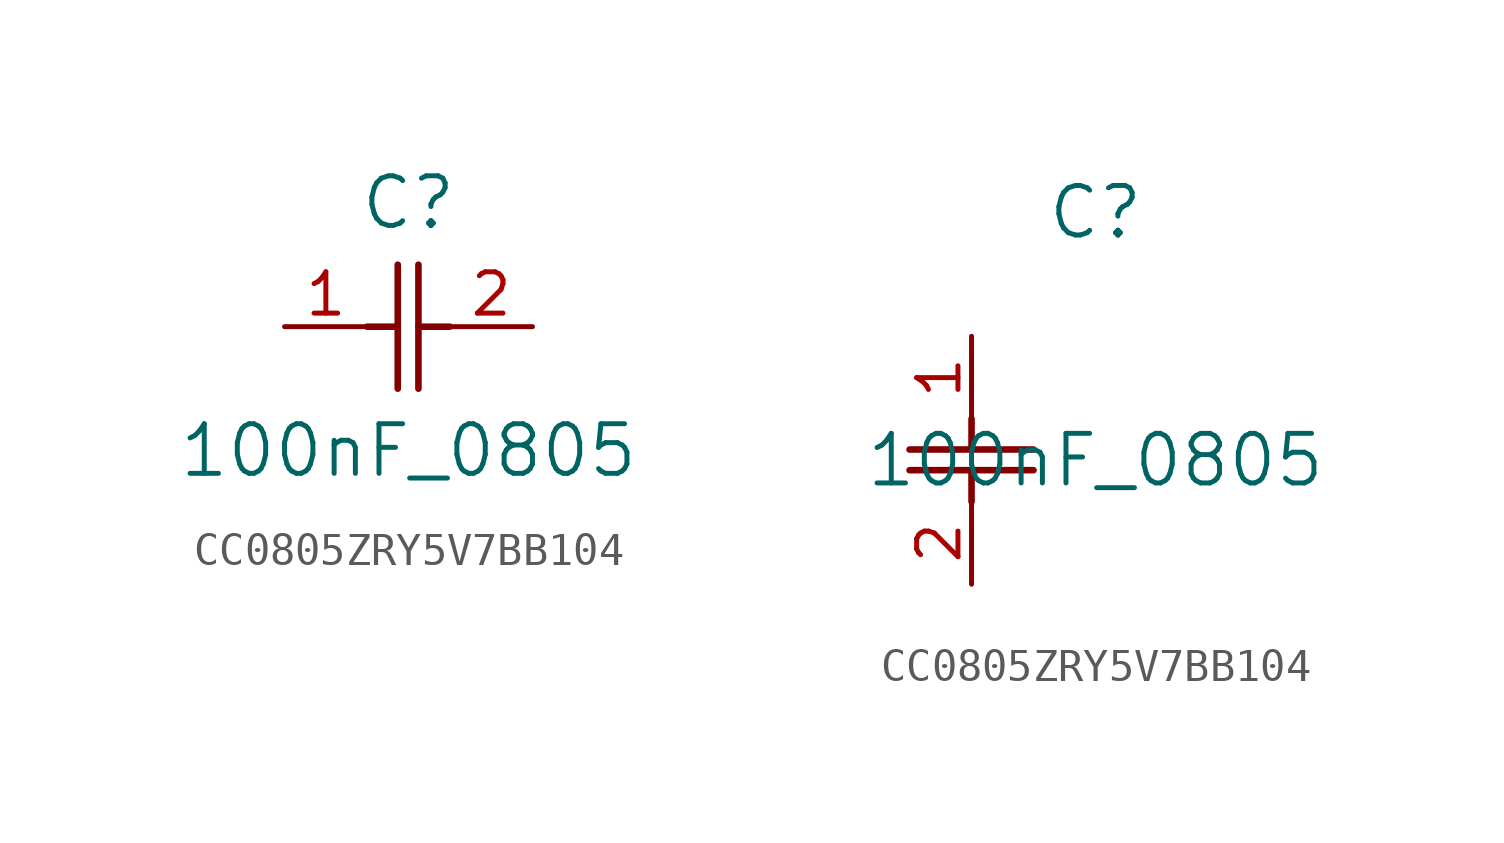
<source format=kicad_sym>
(kicad_symbol_lib
  (version 20220914)
  (generator kicad_symbol_editor)
  (symbol "CC0805ZRY5V7BB104"
    (pin_names
      (offset 0.254))
    (property "Reference" "C"
      (at 3.81 3.81 0)
      (effects (font (size 1.524 1.524))))
    (property "Value" "100nF_0805"
      (at 3.81 -3.81 0)
      (effects (font (size 1.524 1.524))))
    (symbol "CC0805ZRY5V7BB104_1_1"
      (polyline (pts (xy 2.54 0) (xy 3.48 0)) (stroke (width 0.203) (type default)) (fill (type none)))
      (polyline (pts (xy 3.48 -1.905) (xy 3.48 1.905)) (stroke (width 0.203) (type default)) (fill (type none)))
      (polyline (pts (xy 4.115 -1.905) (xy 4.115 1.905)) (stroke (width 0.203) (type default)) (fill (type none)))
      (polyline (pts (xy 4.115 0) (xy 5.08 0)) (stroke (width 0.203) (type default)) (fill (type none)))
      (pin unspecified line (at 0 0 0) (length 2.54) (name "" (effects (font (size 1.27 1.27)))) (number "1" (effects (font (size 1.27 1.27)))))
      (pin unspecified line (at 7.62 0 180) (length 2.54) (name "" (effects (font (size 1.27 1.27)))) (number "2" (effects (font (size 1.27 1.27))))))
    (symbol "CC0805ZRY5V7BB104_1_2"
      (polyline (pts (xy -1.905 -4.115) (xy 1.905 -4.115)) (stroke (width 0.203) (type default)) (fill (type none)))
      (polyline (pts (xy -1.905 -3.48) (xy 1.905 -3.48)) (stroke (width 0.203) (type default)) (fill (type none)))
      (polyline (pts (xy 0 -4.115) (xy 0 -5.08)) (stroke (width 0.203) (type default)) (fill (type none)))
      (polyline (pts (xy 0 -2.54) (xy 0 -3.48)) (stroke (width 0.203) (type default)) (fill (type none)))
      (pin unspecified line (at 0 0 270) (length 2.54) (name "" (effects (font (size 1.27 1.27)))) (number "1" (effects (font (size 1.27 1.27)))))
      (pin unspecified line (at 0 -7.62 90) (length 2.54) (name "" (effects (font (size 1.27 1.27)))) (number "2" (effects (font (size 1.27 1.27))))))))
</source>
